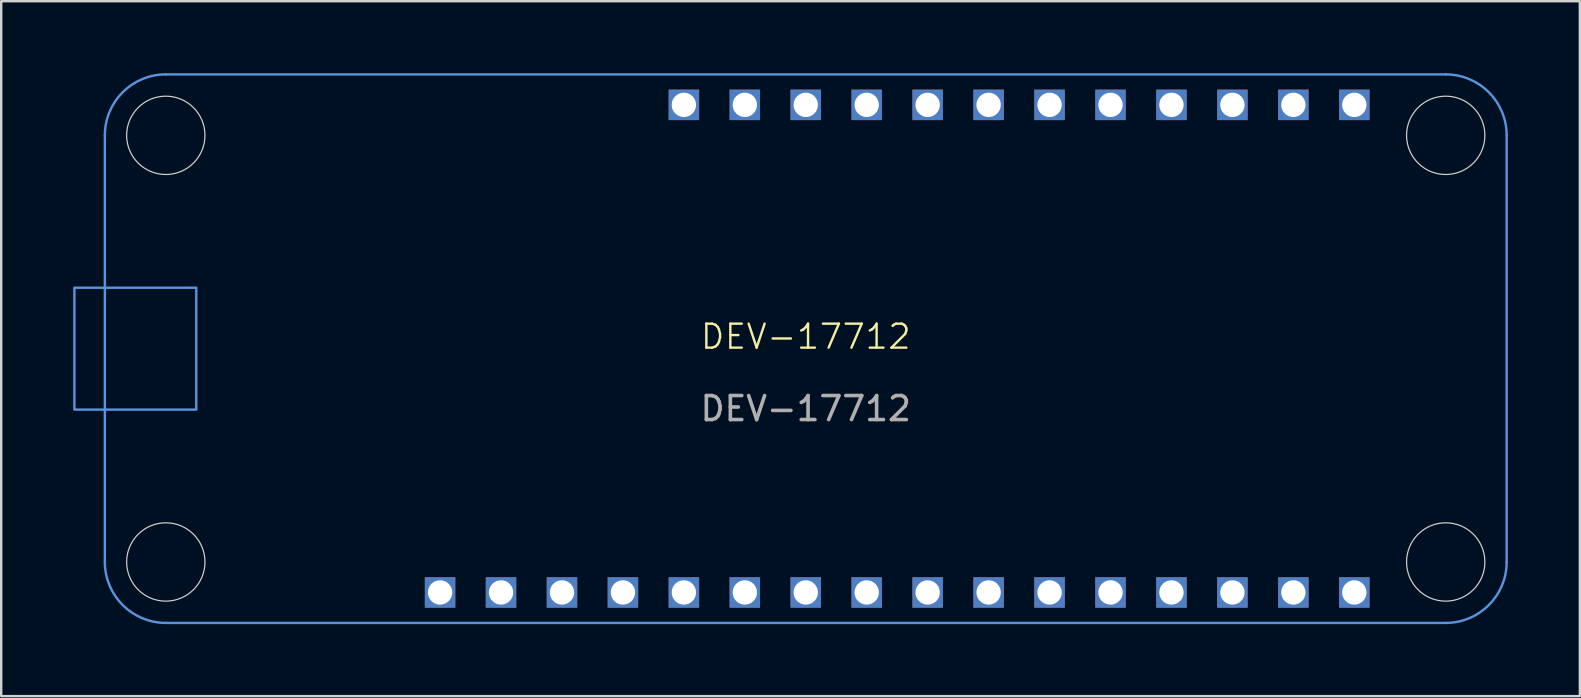
<source format=kicad_pcb>
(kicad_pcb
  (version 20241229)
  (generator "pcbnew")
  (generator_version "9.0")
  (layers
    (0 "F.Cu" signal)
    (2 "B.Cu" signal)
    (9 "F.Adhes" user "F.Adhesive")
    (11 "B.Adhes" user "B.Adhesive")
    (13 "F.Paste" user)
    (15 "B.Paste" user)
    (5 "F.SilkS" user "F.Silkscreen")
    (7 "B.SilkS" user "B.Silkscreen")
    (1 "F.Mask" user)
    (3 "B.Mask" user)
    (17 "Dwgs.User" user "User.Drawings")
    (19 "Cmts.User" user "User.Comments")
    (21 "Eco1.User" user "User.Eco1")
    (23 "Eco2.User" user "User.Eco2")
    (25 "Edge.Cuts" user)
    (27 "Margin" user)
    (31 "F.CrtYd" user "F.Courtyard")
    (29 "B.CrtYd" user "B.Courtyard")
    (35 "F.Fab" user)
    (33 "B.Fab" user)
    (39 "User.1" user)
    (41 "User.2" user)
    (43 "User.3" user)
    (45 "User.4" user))
  (footprint "DEV-17712"
    (layer "F.Cu")
    (at 30.53 11.48)
    (property "Reference" "DEV-17712" (at 0 -0.5 0) (unlocked yes) (layer "F.SilkS") (effects (font (size 1 1) (thickness 0.1))))
    (attr through_hole)
    (fp_line (start -29.21 -8.89) (end -29.21 8.89) (stroke (width 0.1) (type default)) (layer "Cmts.User"))
    (fp_line (start -26.67 11.43) (end 26.67 11.43) (stroke (width 0.1) (type default)) (layer "Cmts.User"))
    (fp_line (start 26.67 -11.43) (end -26.67 -11.43) (stroke (width 0.1) (type default)) (layer "Cmts.User"))
    (fp_line (start 29.21 -8.89) (end 29.21 8.89) (stroke (width 0.1) (type default)) (layer "Cmts.User"))
    (fp_rect (start -30.48 -2.54) (end -25.4 2.54) (stroke (width 0.1) (type default)) (fill no) (layer "Cmts.User"))
    (fp_arc (start -29.21 -8.89) (mid -28.466051 -10.686051) (end -26.67 -11.43) (stroke (width 0.1) (type default)) (layer "Cmts.User"))
    (fp_arc (start -26.67 11.43) (mid -28.466051 10.686051) (end -29.21 8.89) (stroke (width 0.1) (type default)) (layer "Cmts.User"))
    (fp_arc (start 26.67 -11.43) (mid 28.466051 -10.686051) (end 29.21 -8.89) (stroke (width 0.1) (type default)) (layer "Cmts.User"))
    (fp_arc (start 29.21 8.89) (mid 28.466051 10.686051) (end 26.67 11.43) (stroke (width 0.1) (type default)) (layer "Cmts.User"))
    (fp_circle (center -26.67 -8.89) (end -25.038 -8.89) (stroke (width 0.05) (type default)) (fill no) (layer "Edge.Cuts"))
    (fp_circle (center -26.67 8.89) (end -25.038 8.89) (stroke (width 0.05) (type default)) (fill no) (layer "Edge.Cuts"))
    (fp_circle (center 26.67 -8.89) (end 28.302 -8.89) (stroke (width 0.05) (type default)) (fill no) (layer "Edge.Cuts"))
    (fp_circle (center 26.67 8.89) (end 28.302 8.89) (stroke (width 0.05) (type default)) (fill no) (layer "Edge.Cuts"))
    (fp_text user "${REFERENCE}" (at 0 2.5 0) (unlocked yes) (layer "F.Fab") (effects (font (size 1 1) (thickness 0.15))))
    (pad "3V3" thru_hole rect (at -12.7 10.16 180) (size 1.27 1.27) (drill 1.016) (layers "*.Cu" "*.Mask"))
    (pad "A0" thru_hole rect (at -5.08 10.16 180) (size 1.27 1.27) (drill 1.016) (layers "*.Cu" "*.Mask"))
    (pad "A1" thru_hole rect (at -2.54 10.16 180) (size 1.27 1.27) (drill 1.016) (layers "*.Cu" "*.Mask"))
    (pad "A2" thru_hole rect (at 0 10.16 180) (size 1.27 1.27) (drill 1.016) (layers "*.Cu" "*.Mask"))
    (pad "A3" thru_hole rect (at 2.54 10.16 180) (size 1.27 1.27) (drill 1.016) (layers "*.Cu" "*.Mask"))
    (pad "A4" thru_hole rect (at 5.08 10.16 180) (size 1.27 1.27) (drill 1.016) (layers "*.Cu" "*.Mask"))
    (pad "A5" thru_hole rect (at 7.62 10.16 180) (size 1.27 1.27) (drill 1.016) (layers "*.Cu" "*.Mask"))
    (pad "BT0" thru_hole rect (at 22.86 10.16 180) (size 1.27 1.27) (drill 1.016) (layers "*.Cu" "*.Mask"))
    (pad "CIPO" thru_hole rect (at 15.24 10.16 180) (size 1.27 1.27) (drill 1.016) (layers "*.Cu" "*.Mask"))
    (pad "COPI" thru_hole rect (at 12.7 10.16 180) (size 1.27 1.27) (drill 1.016) (layers "*.Cu" "*.Mask"))
    (pad "D0" thru_hole rect (at 17.78 10.16 180) (size 1.27 1.27) (drill 1.016) (layers "*.Cu" "*.Mask"))
    (pad "D1" thru_hole rect (at 20.32 10.16 180) (size 1.27 1.27) (drill 1.016) (layers "*.Cu" "*.Mask"))
    (pad "D5" thru_hole rect (at 17.78 -10.16 180) (size 1.27 1.27) (drill 1.016) (layers "*.Cu" "*.Mask"))
    (pad "D6" thru_hole rect (at 15.24 -10.16 180) (size 1.27 1.27) (drill 1.016) (layers "*.Cu" "*.Mask"))
    (pad "D9" thru_hole rect (at 12.7 -10.16 180) (size 1.27 1.27) (drill 1.016) (layers "*.Cu" "*.Mask"))
    (pad "D10" thru_hole rect (at 10.16 -10.16 180) (size 1.27 1.27) (drill 1.016) (layers "*.Cu" "*.Mask"))
    (pad "D11" thru_hole rect (at 7.62 -10.16 180) (size 1.27 1.27) (drill 1.016) (layers "*.Cu" "*.Mask"))
    (pad "D12" thru_hole rect (at 5.08 -10.16 180) (size 1.27 1.27) (drill 1.016) (layers "*.Cu" "*.Mask"))
    (pad "D13" thru_hole rect (at 2.54 -10.16 180) (size 1.27 1.27) (drill 1.016) (layers "*.Cu" "*.Mask"))
    (pad "EN" thru_hole rect (at -2.54 -10.16 180) (size 1.27 1.27) (drill 1.016) (layers "*.Cu" "*.Mask"))
    (pad "GND" thru_hole rect (at -7.62 10.16 180) (size 1.27 1.27) (drill 1.016) (layers "*.Cu" "*.Mask"))
    (pad "NC" thru_hole rect (at -10.16 10.16 180) (size 1.27 1.27) (drill 1.016) (layers "*.Cu" "*.Mask"))
    (pad "RST" thru_hole rect (at -15.24 10.16 180) (size 1.27 1.27) (drill 1.016) (layers "*.Cu" "*.Mask"))
    (pad "SCK" thru_hole rect (at 10.16 10.16 180) (size 1.27 1.27) (drill 1.016) (layers "*.Cu" "*.Mask"))
    (pad "SCL" thru_hole rect (at 20.32 -10.16 180) (size 1.27 1.27) (drill 1.016) (layers "*.Cu" "*.Mask"))
    (pad "SDA" thru_hole rect (at 22.86 -10.16 180) (size 1.27 1.27) (drill 1.016) (layers "*.Cu" "*.Mask"))
    (pad "VBAT" thru_hole rect (at -5.08 -10.16 180) (size 1.27 1.27) (drill 1.016) (layers "*.Cu" "*.Mask"))
    (pad "VUSB" thru_hole rect (at 0 -10.16 180) (size 1.27 1.27) (drill 1.016) (layers "*.Cu" "*.Mask")))
  (gr_rect
    (start -3 -3)
    (end 62.79 25.96)
    (stroke (width 0.1) (type default))
    (fill no)
    (layer "Edge.Cuts")))
</source>
